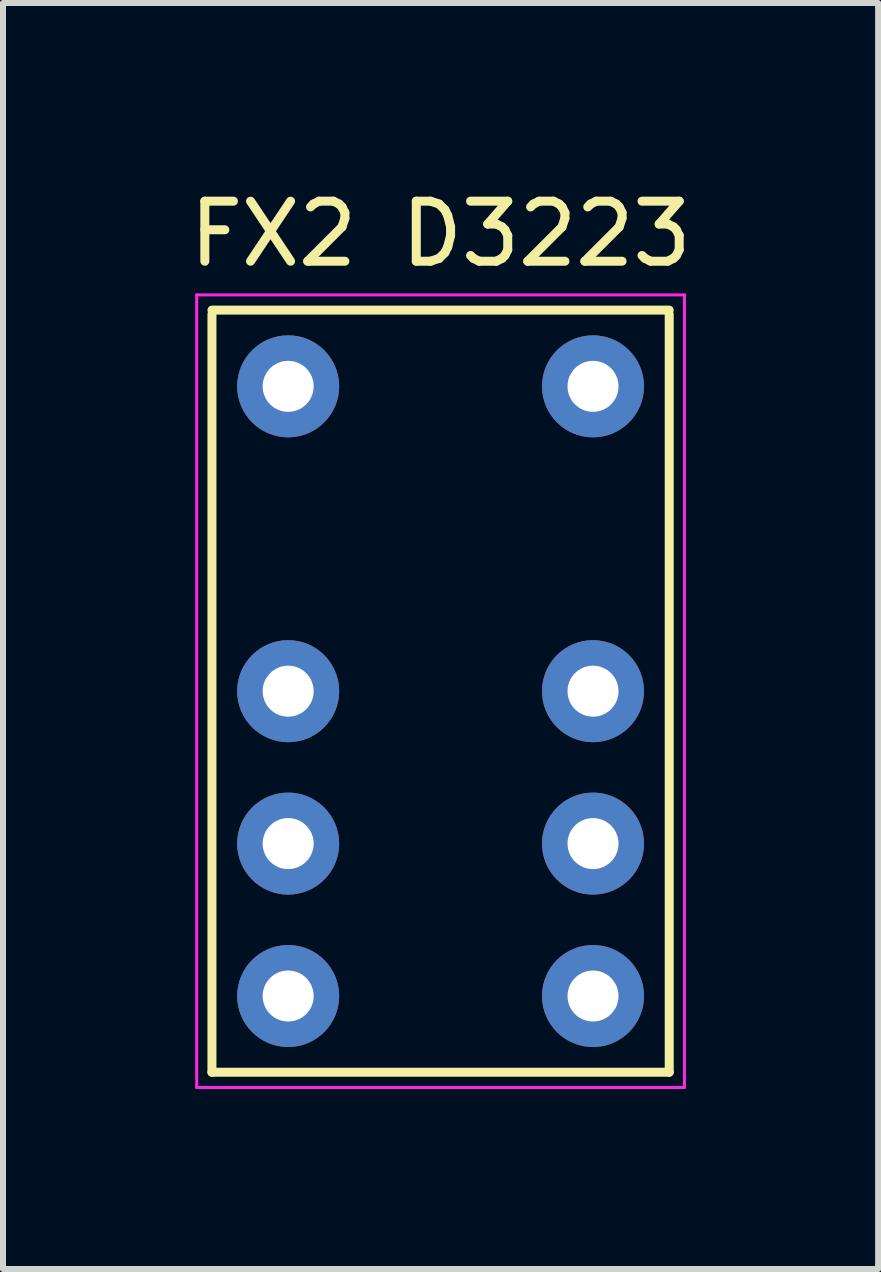
<source format=kicad_pcb>
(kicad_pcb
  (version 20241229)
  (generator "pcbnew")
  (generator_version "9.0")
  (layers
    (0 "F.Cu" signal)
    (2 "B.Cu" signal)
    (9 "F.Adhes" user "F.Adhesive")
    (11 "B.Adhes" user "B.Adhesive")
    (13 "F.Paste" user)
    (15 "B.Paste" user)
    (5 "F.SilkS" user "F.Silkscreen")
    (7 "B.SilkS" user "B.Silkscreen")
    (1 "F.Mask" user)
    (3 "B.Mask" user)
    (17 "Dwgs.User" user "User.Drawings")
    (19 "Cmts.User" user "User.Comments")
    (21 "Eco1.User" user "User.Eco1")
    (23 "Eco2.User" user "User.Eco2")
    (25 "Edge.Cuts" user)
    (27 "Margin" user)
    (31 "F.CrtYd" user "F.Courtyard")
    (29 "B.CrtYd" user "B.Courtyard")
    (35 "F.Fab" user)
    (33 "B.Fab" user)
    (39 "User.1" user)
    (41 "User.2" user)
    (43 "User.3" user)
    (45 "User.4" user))
  (footprint "FX2 D3223"
    (layer "F.Cu")
    (at 4.292 8.468)
    (property "Reference" "FX2 D3223" (at 0 -7.62 0) (layer "F.SilkS") (effects (font (size 1 1) (thickness 0.15))))
    (attr through_hole)
    (fp_line (start -3.81 -6.28) (end -3.81 6.35) (stroke (width 0.15) (type solid)) (layer "F.SilkS"))
    (fp_line (start 3.81 -6.35) (end -3.81 -6.35) (stroke (width 0.15) (type solid)) (layer "F.SilkS"))
    (fp_line (start 3.81 -6.28) (end 3.81 6.35) (stroke (width 0.15) (type solid)) (layer "F.SilkS"))
    (fp_line (start 3.81 6.35) (end -3.81 6.35) (stroke (width 0.15) (type solid)) (layer "F.SilkS"))
    (fp_line (start -4.064 -6.604) (end 4.064 -6.604) (stroke (width 0.05) (type solid)) (layer "F.CrtYd"))
    (fp_line (start -4.064 6.604) (end -4.064 -6.604) (stroke (width 0.05) (type solid)) (layer "F.CrtYd"))
    (fp_line (start 4.064 -6.604) (end 4.064 6.604) (stroke (width 0.05) (type solid)) (layer "F.CrtYd"))
    (fp_line (start 4.064 6.604) (end -4.064 6.604) (stroke (width 0.05) (type solid)) (layer "F.CrtYd"))
    (pad "1" thru_hole circle (at -2.54 -5.08 270) (size 1.7 1.7) (drill 0.85) (layers "*.Cu" "*.Mask"))
    (pad "3" thru_hole circle (at -2.54 0 270) (size 1.7 1.7) (drill 0.85) (layers "*.Cu" "*.Mask"))
    (pad "4" thru_hole circle (at -2.54 2.54 270) (size 1.7 1.7) (drill 0.85) (layers "*.Cu" "*.Mask"))
    (pad "5" thru_hole circle (at -2.54 5.08 270) (size 1.7 1.7) (drill 0.85) (layers "*.Cu" "*.Mask"))
    (pad "6" thru_hole circle (at 2.54 5.08 270) (size 1.7 1.7) (drill 0.85) (layers "*.Cu" "*.Mask"))
    (pad "7" thru_hole circle (at 2.54 2.54 270) (size 1.7 1.7) (drill 0.85) (layers "*.Cu" "*.Mask"))
    (pad "8" thru_hole circle (at 2.54 0 270) (size 1.7 1.7) (drill 0.85) (layers "*.Cu" "*.Mask"))
    (pad "10" thru_hole circle (at 2.54 -5.08 270) (size 1.7 1.7) (drill 0.85) (layers "*.Cu" "*.Mask")))
  (gr_rect
    (start -3 -3)
    (end 11.583 18.097)
    (stroke (width 0.1) (type default))
    (fill no)
    (layer "Edge.Cuts")))
</source>
